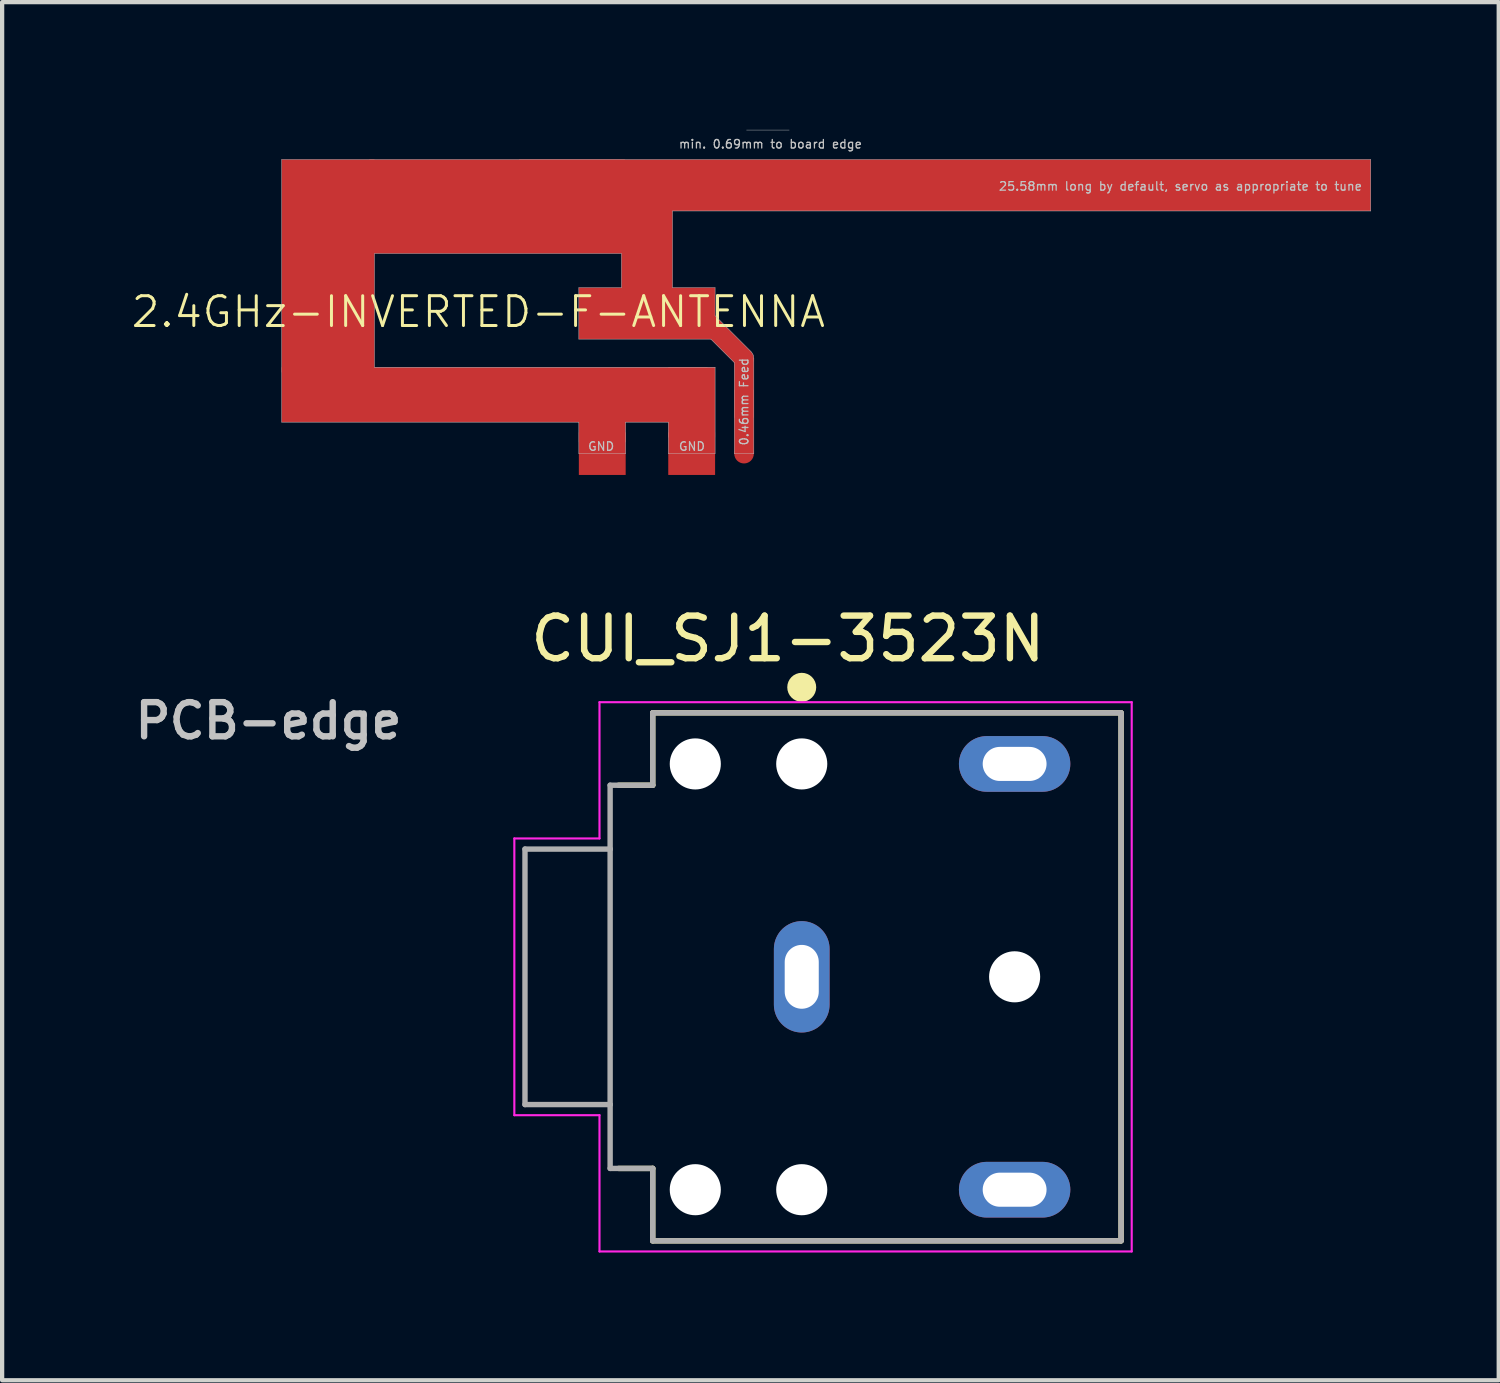
<source format=kicad_pcb>
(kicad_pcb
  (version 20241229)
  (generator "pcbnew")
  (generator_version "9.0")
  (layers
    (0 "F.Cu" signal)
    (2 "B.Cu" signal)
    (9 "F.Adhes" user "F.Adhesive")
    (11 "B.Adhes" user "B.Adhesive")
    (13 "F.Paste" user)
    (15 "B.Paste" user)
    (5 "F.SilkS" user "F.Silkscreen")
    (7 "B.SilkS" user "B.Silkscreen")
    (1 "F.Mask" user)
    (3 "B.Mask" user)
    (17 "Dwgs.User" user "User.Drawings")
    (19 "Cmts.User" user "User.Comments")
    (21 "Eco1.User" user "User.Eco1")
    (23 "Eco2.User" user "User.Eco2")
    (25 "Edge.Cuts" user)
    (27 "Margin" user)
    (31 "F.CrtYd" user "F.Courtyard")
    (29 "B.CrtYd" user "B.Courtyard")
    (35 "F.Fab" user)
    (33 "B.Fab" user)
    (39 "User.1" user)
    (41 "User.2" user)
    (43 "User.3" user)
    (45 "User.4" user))
  (footprint "2.4GHz-INVERTED-F-ANTENNA"
    (layer "F.Cu")
    (at 14.425 7.605)
    (property "Reference" "2.4GHz-INVERTED-F-ANTENNA" (at -6.24 -3.33 0) (layer "F.SilkS") (effects (font (size 0.7 0.7) (thickness 0.07))))
    (attr through_hole)
    (fp_line (start -10.86 -6.91) (end -10.86 -0.74) (stroke (width 0.01) (type solid)) (layer "Dwgs.User"))
    (fp_line (start -10.86 -0.74) (end -3.88 -0.74) (stroke (width 0.01) (type solid)) (layer "Dwgs.User"))
    (fp_line (start -8.68 -4.7) (end -2.88 -4.7) (stroke (width 0.01) (type solid)) (layer "Dwgs.User"))
    (fp_line (start -8.68 -2.03) (end -8.68 -4.7) (stroke (width 0.01) (type solid)) (layer "Dwgs.User"))
    (fp_line (start -3.88 -3.9) (end -3.88 -2.69) (stroke (width 0.01) (type solid)) (layer "Dwgs.User"))
    (fp_line (start -3.88 -2.69) (end -0.78 -2.69) (stroke (width 0.01) (type solid)) (layer "Dwgs.User"))
    (fp_line (start -3.88 -0.74) (end -3.88 0) (stroke (width 0.01) (type solid)) (layer "Dwgs.User"))
    (fp_line (start -3.88 0) (end -2.78 0) (stroke (width 0.01) (type solid)) (layer "Dwgs.User"))
    (fp_line (start -2.88 -4.7) (end -2.88 -3.9) (stroke (width 0.01) (type solid)) (layer "Dwgs.User"))
    (fp_line (start -2.88 -3.9) (end -3.88 -3.9) (stroke (width 0.01) (type solid)) (layer "Dwgs.User"))
    (fp_line (start -2.78 -0.74) (end -2.78 0) (stroke (width 0.01) (type solid)) (layer "Dwgs.User"))
    (fp_line (start -2.78 -0.74) (end -1.78 -0.74) (stroke (width 0.01) (type solid)) (layer "Dwgs.User"))
    (fp_line (start -1.78 -0.74) (end -1.78 0) (stroke (width 0.01) (type solid)) (layer "Dwgs.User"))
    (fp_line (start -1.78 0) (end -0.68 0) (stroke (width 0.01) (type solid)) (layer "Dwgs.User"))
    (fp_line (start -1.68 -5.7) (end 14.72 -5.7) (stroke (width 0.01) (type solid)) (layer "Dwgs.User"))
    (fp_line (start -1.68 -3.9) (end -1.68 -5.7) (stroke (width 0.01) (type solid)) (layer "Dwgs.User"))
    (fp_line (start -0.78 -2.69) (end -0.23 -2.14) (stroke (width 0.01) (type solid)) (layer "Dwgs.User"))
    (fp_line (start -0.68 -3.9) (end -1.68 -3.9) (stroke (width 0.01) (type solid)) (layer "Dwgs.User"))
    (fp_line (start -0.68 -3.24) (end -0.68 -3.9) (stroke (width 0.01) (type solid)) (layer "Dwgs.User"))
    (fp_line (start -0.68 -2.03) (end -8.68 -2.03) (stroke (width 0.01) (type solid)) (layer "Dwgs.User"))
    (fp_line (start -0.68 0) (end -0.68 -2.03) (stroke (width 0.01) (type solid)) (layer "Dwgs.User"))
    (fp_line (start -0.23 0) (end -0.23 -2.14) (stroke (width 0.01) (type solid)) (layer "Dwgs.User"))
    (fp_line (start 0.18 -2.38) (end -0.68 -3.24) (stroke (width 0.01) (type solid)) (layer "Dwgs.User"))
    (fp_line (start 0.22 -2.31) (end 0.18 -2.38) (stroke (width 0.01) (type solid)) (layer "Dwgs.User"))
    (fp_line (start 0.23 -2.24) (end 0.22 -2.31) (stroke (width 0.01) (type solid)) (layer "Dwgs.User"))
    (fp_line (start 0.23 0) (end -0.23 0) (stroke (width 0.01) (type solid)) (layer "Dwgs.User"))
    (fp_line (start 0.23 0) (end 0.23 -2.24) (stroke (width 0.01) (type solid)) (layer "Dwgs.User"))
    (fp_line (start 1.06 -7.6) (end 0.06 -7.6) (stroke (width 0.01) (type solid)) (layer "Dwgs.User"))
    (fp_line (start 14.72 -6.91) (end -10.86 -6.91) (stroke (width 0.01) (type solid)) (layer "Dwgs.User"))
    (fp_line (start 14.72 -5.7) (end 14.72 -6.91) (stroke (width 0.01) (type solid)) (layer "Dwgs.User"))
    (fp_text user "25.58mm long by default, servo as appropriate to tune" (at 10.25 -6.28 0) (layer "Dwgs.User") (effects (font (size 0.2 0.2) (thickness 0.03))))
    (fp_text user "GND          GND" (at -2.29 -0.17 0) (layer "Dwgs.User") (effects (font (size 0.2 0.2) (thickness 0.03))))
    (fp_text user "min. 0.69mm to board edge" (at 0.62 -7.27 0) (layer "Dwgs.User") (effects (font (size 0.2 0.2) (thickness 0.03))))
    (fp_text user "0.46mm Feed" (at 0 -1.22 90) (layer "Dwgs.User") (effects (font (size 0.2 0.2) (thickness 0.03))))
    (pad "1" smd rect (at -9.77 -4.41) (size 2.18 5) (layers "F.Cu"))
    (pad "1" smd rect (at -5.86 -1.385) (size 10 1.29) (layers "F.Cu"))
    (pad "1" smd rect (at -5.8 -5.805) (size 6 2.21) (layers "F.Cu"))
    (pad "1" smd rect (at -3.33 -1.03) (size 1.1 1.524) (layers "F.Cu"))
    (pad "1" smd rect (at -2.28 -4.52) (size 1.2 3) (layers "F.Cu"))
    (pad "1" smd rect (at -2.28 -3.295) (size 3.2 1.21) (layers "F.Cu"))
    (pad "1" smd rect (at -1.23 -1.205) (size 1.1 1.651) (layers "F.Cu"))
    (pad "1" smd rect (at -0.495 -2.73 45) (size 0.46 1.4) (layers "F.Cu"))
    (pad "1" smd circle (at 0 -2.235) (size 0.46 0.46) (layers "F.Cu"))
    (pad "1" smd rect (at 0 -1.54) (size 0.46 1.39) (layers "F.Cu"))
    (pad "1" smd rect (at 0 -0.75) (size 0.46 1.5) (layers "F.Cu"))
    (pad "1" smd circle (at 0 0) (size 0.46 0.46) (layers "F.Cu" "F.Mask"))
    (pad "1" smd rect (at 4.72 -6.305) (size 20 1.21) (layers "F.Cu"))
    (pad "2" smd rect (at -3.33 0) (size 1.1 1) (layers "F.Cu"))
    (pad "2" smd rect (at -1.23 0) (size 1.1 1) (layers "F.Cu")))
  (footprint "CUI_SJ1-3523N"
    (layer "F.Cu")
    (at 15.78 19.892)
    (property "Reference" "CUI_SJ1-3523N" (at -0.325 -7.938 0) (layer "F.SilkS") (effects (font (size 1 1) (thickness 0.15))))
    (attr through_hole)
    (fp_line (start -3.5 -6.2) (end -3.5 -4.5) (stroke (width 0.127) (type solid)) (layer "F.SilkS"))
    (fp_line (start -3.5 -4.5) (end -4.3 -4.5) (stroke (width 0.127) (type solid)) (layer "F.SilkS"))
    (fp_line (start -3.5 4.5) (end -4.3 4.5) (stroke (width 0.127) (type solid)) (layer "F.SilkS"))
    (fp_line (start -3.5 4.5) (end -3.5 6.2) (stroke (width 0.127) (type solid)) (layer "F.SilkS"))
    (fp_line (start 7.5 -6.2) (end -3.5 -6.2) (stroke (width 0.127) (type solid)) (layer "F.SilkS"))
    (fp_line (start 7.5 -6.2) (end 7.5 6.2) (stroke (width 0.127) (type solid)) (layer "F.SilkS"))
    (fp_line (start 7.5 6.2) (end -3.5 6.2) (stroke (width 0.127) (type solid)) (layer "F.SilkS"))
    (fp_circle (center 0 -6.8) (end 0.17 -6.8) (stroke (width 0.34) (type solid)) (fill no) (layer "F.SilkS"))
    (fp_line (start -4.5 -6) (end -4.5 -2) (stroke (width 0.0001) (type solid)) (layer "Edge.Cuts"))
    (fp_line (start -4.5 -2) (end -3.3 -2) (stroke (width 0.0001) (type solid)) (layer "Edge.Cuts"))
    (fp_line (start -4.5 2) (end -4.5 6) (stroke (width 0.0001) (type solid)) (layer "Edge.Cuts"))
    (fp_line (start -3.3 -2) (end -3.3 2) (stroke (width 0.0001) (type solid)) (layer "Edge.Cuts"))
    (fp_line (start -3.3 2) (end -4.5 2) (stroke (width 0.0001) (type solid)) (layer "Edge.Cuts"))
    (fp_line (start -6.75 -3.25) (end -6.75 3.25) (stroke (width 0.05) (type solid)) (layer "F.CrtYd"))
    (fp_line (start -6.75 3.25) (end -4.75 3.25) (stroke (width 0.05) (type solid)) (layer "F.CrtYd"))
    (fp_line (start -4.75 -6.45) (end -4.75 -3.25) (stroke (width 0.05) (type solid)) (layer "F.CrtYd"))
    (fp_line (start -4.75 -6.45) (end 7.75 -6.45) (stroke (width 0.05) (type solid)) (layer "F.CrtYd"))
    (fp_line (start -4.75 -3.25) (end -6.75 -3.25) (stroke (width 0.05) (type solid)) (layer "F.CrtYd"))
    (fp_line (start -4.75 3.25) (end -4.75 6.45) (stroke (width 0.05) (type solid)) (layer "F.CrtYd"))
    (fp_line (start 7.75 -6.45) (end 7.75 6.45) (stroke (width 0.05) (type solid)) (layer "F.CrtYd"))
    (fp_line (start 7.75 6.45) (end -4.75 6.45) (stroke (width 0.05) (type solid)) (layer "F.CrtYd"))
    (fp_line (start -6.5 -3) (end -6.5 3) (stroke (width 0.127) (type solid)) (layer "F.Fab"))
    (fp_line (start -6.5 3) (end -4.5 3) (stroke (width 0.127) (type solid)) (layer "F.Fab"))
    (fp_line (start -4.5 -4.5) (end -4.5 -3) (stroke (width 0.127) (type solid)) (layer "F.Fab"))
    (fp_line (start -4.5 -3) (end -6.5 -3) (stroke (width 0.127) (type solid)) (layer "F.Fab"))
    (fp_line (start -4.5 -3) (end -4.5 3) (stroke (width 0.127) (type solid)) (layer "F.Fab"))
    (fp_line (start -4.5 3) (end -4.5 4.5) (stroke (width 0.127) (type solid)) (layer "F.Fab"))
    (fp_line (start -4.5 4.5) (end -3.5 4.5) (stroke (width 0.127) (type solid)) (layer "F.Fab"))
    (fp_line (start -3.5 -6.2) (end -3.5 -4.5) (stroke (width 0.127) (type solid)) (layer "F.Fab"))
    (fp_line (start -3.5 -4.5) (end -4.5 -4.5) (stroke (width 0.127) (type solid)) (layer "F.Fab"))
    (fp_line (start -3.5 4.5) (end -3.5 6.2) (stroke (width 0.127) (type solid)) (layer "F.Fab"))
    (fp_line (start 7.5 -6.2) (end -3.5 -6.2) (stroke (width 0.127) (type solid)) (layer "F.Fab"))
    (fp_line (start 7.5 -6.2) (end 7.5 6.2) (stroke (width 0.127) (type solid)) (layer "F.Fab"))
    (fp_line (start 7.5 6.2) (end -3.5 6.2) (stroke (width 0.127) (type solid)) (layer "F.Fab"))
    (fp_text user "PCB-edge" (at -12.524 -6.012 0) (layer "Dwgs.User") (effects (font (size 0.802 0.802) (thickness 0.15))))
    (pad "" np_thru_hole circle (at -2.5 -5) (size 1.2 1.2) (drill 1.2) (layers "*.Cu" "*.Mask"))
    (pad "" np_thru_hole circle (at -2.5 5) (size 1.2 1.2) (drill 1.2) (layers "*.Cu" "*.Mask"))
    (pad "" np_thru_hole circle (at 0 -5) (size 1.2 1.2) (drill 1.2) (layers "*.Cu" "*.Mask"))
    (pad "" np_thru_hole circle (at 0 5) (size 1.2 1.2) (drill 1.2) (layers "*.Cu" "*.Mask"))
    (pad "" np_thru_hole circle (at 5 0) (size 1.2 1.2) (drill 1.2) (layers "*.Cu" "*.Mask"))
    (pad "1" thru_hole oval (at 0 0) (size 1.308 2.616) (drill oval 0.8 1.5) (layers "*.Cu" "*.Mask"))
    (pad "2" thru_hole oval (at 5 5) (size 2.616 1.308) (drill oval 1.5 0.8) (layers "*.Cu" "*.Mask"))
    (pad "3" thru_hole oval (at 5 -5) (size 2.616 1.308) (drill oval 1.5 0.8) (layers "*.Cu" "*.Mask")))
  (gr_rect
    (start -3 -3)
    (end 32.15 29.367)
    (stroke (width 0.1) (type default))
    (fill no)
    (layer "Edge.Cuts")))
</source>
